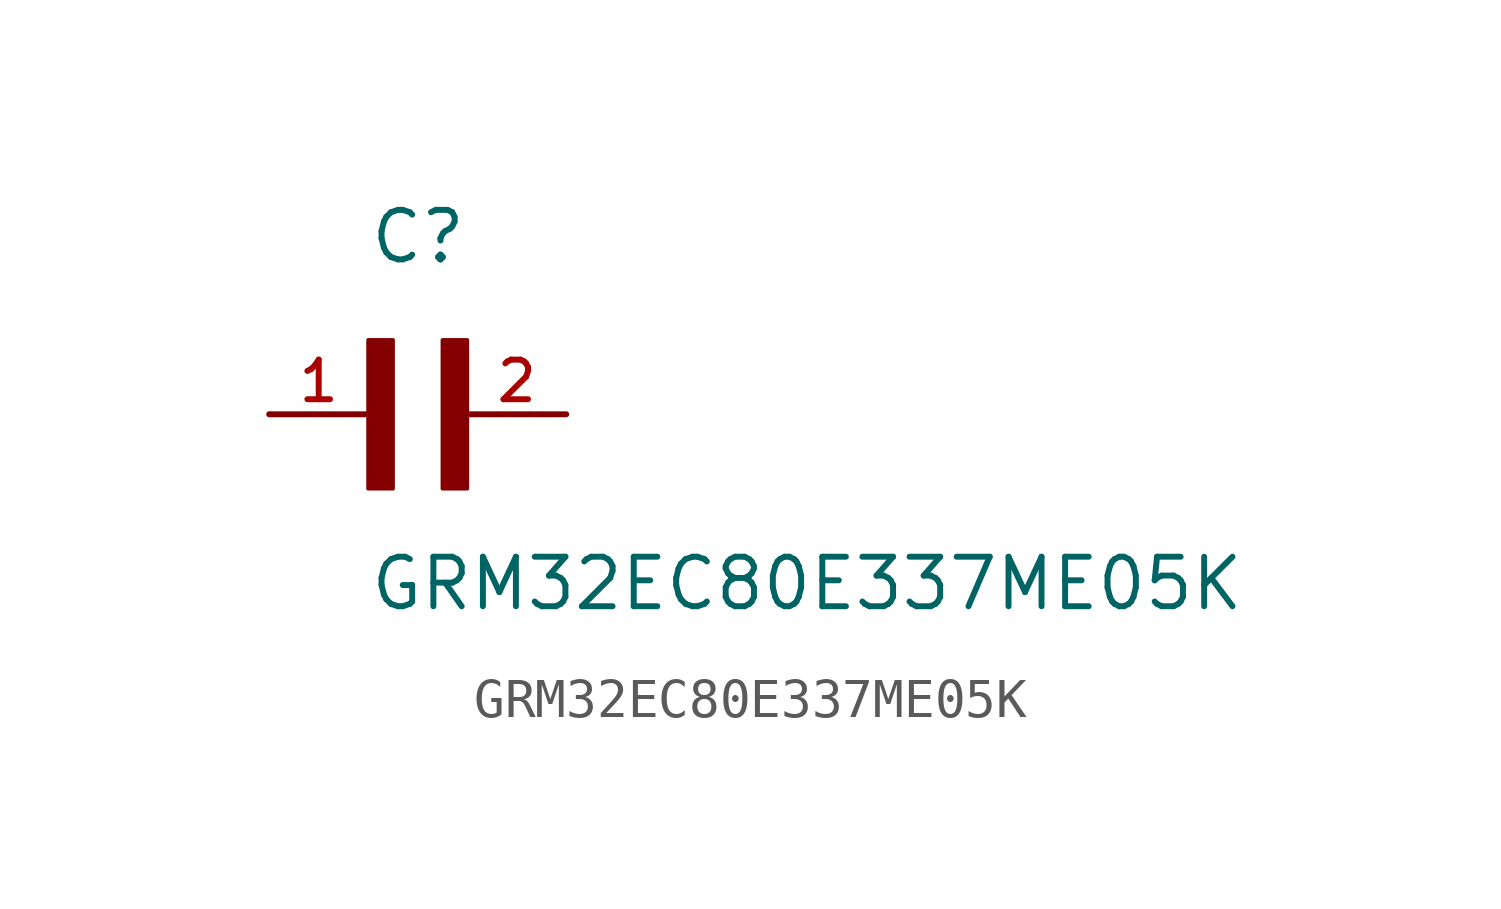
<source format=kicad_sym>
(kicad_symbol_lib
  (version 20211014)
  (generator kicad_symbol_editor)
  (symbol "GRM32EC80E337ME05K"
    (pin_names
      (offset 1.016))
    (property "Reference" "C"
      (at 0.0 3.811 0)
      (effects (font (size 1.27 1.27)) (justify bottom left)))
    (property "Value" "GRM32EC80E337ME05K"
      (at 0.0 -5.088 0)
      (effects (font (size 1.27 1.27)) (justify bottom left)))
    (symbol "GRM32EC80E337ME05K_0_0"
      (rectangle (start 0.0 -1.907) (end 0.635 1.905) (stroke (width 0.1)) (fill (type outline)))
      (rectangle (start 1.907 -1.907) (end 2.54 1.905) (stroke (width 0.1)) (fill (type outline)))
      (pin passive line (at 5.08 0.0 180.0) (length 2.54) (name "~" (effects (font (size 1.016 1.016)))) (number "2" (effects (font (size 1.016 1.016)))))
      (pin passive line (at -2.54 0.0 0) (length 2.54) (name "~" (effects (font (size 1.016 1.016)))) (number "1" (effects (font (size 1.016 1.016))))))))
</source>
